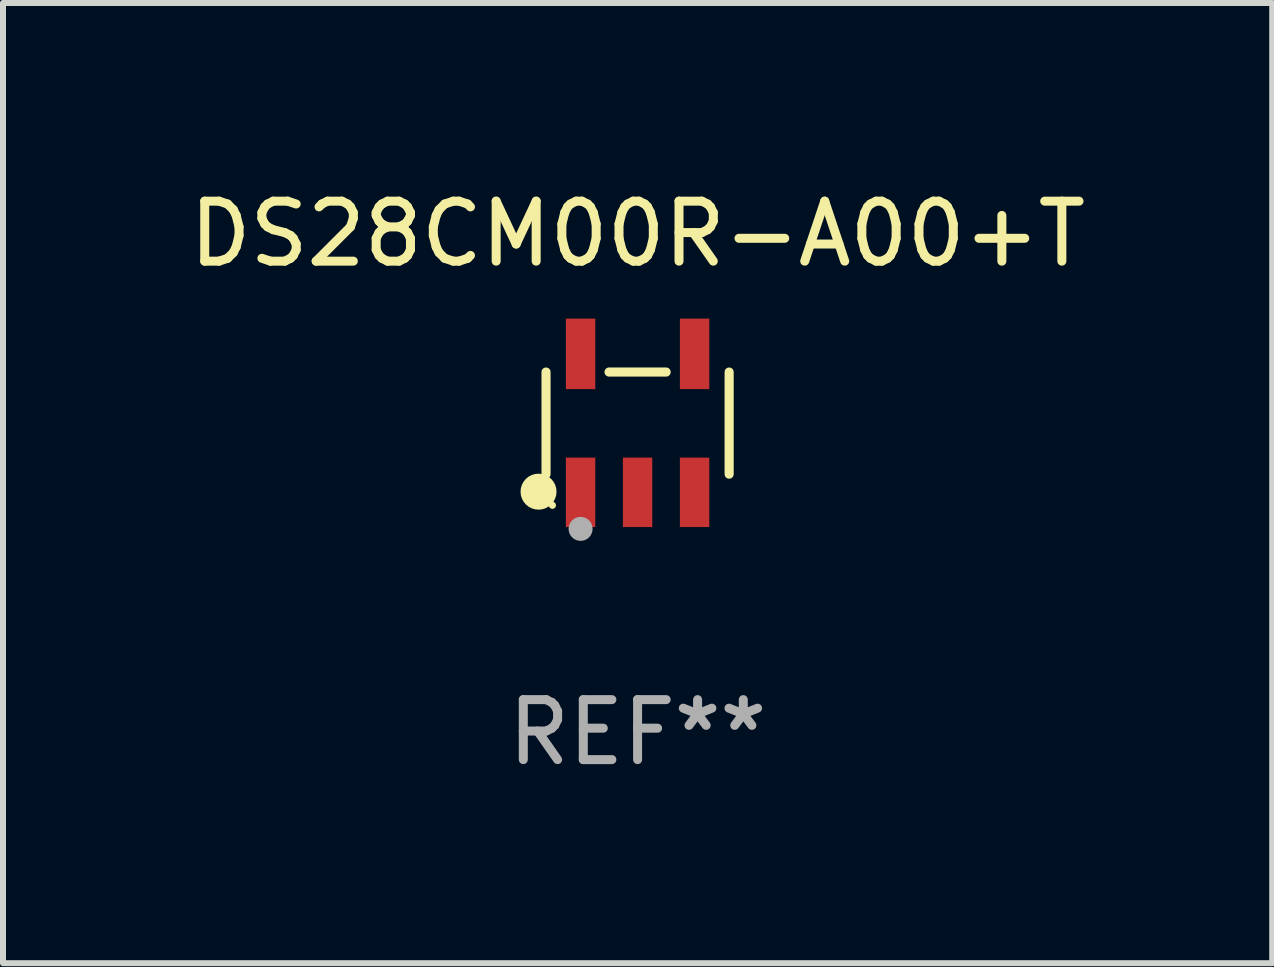
<source format=kicad_pcb>
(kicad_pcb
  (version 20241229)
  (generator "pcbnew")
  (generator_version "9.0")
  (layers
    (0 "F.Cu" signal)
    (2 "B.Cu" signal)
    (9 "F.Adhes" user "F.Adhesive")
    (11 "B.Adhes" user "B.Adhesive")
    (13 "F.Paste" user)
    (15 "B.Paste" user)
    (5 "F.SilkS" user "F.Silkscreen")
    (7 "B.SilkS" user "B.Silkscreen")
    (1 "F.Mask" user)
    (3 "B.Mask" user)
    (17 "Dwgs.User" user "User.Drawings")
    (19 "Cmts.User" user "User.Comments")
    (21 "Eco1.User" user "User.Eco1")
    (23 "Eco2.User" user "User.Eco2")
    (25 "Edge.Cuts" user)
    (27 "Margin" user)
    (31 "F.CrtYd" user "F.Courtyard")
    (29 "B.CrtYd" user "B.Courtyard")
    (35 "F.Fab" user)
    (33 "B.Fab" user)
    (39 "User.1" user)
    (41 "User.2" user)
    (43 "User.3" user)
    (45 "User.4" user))
  (footprint "DS28CM00R-A00+T"
    (layer "F.Cu")
    (at 7.577 4.002)
    (property "Reference" "DS28CM00R-A00+T" (at 0 -3.154 0) (layer "F.SilkS") (effects (font (size 1 1) (thickness 0.15))))
    (attr through_hole)
    (fp_line (start -1.526 0.851) (end -1.526 -0.851) (stroke (width 0.152) (type solid)) (layer "F.SilkS"))
    (fp_line (start 0.476 -0.851) (end -0.476 -0.851) (stroke (width 0.152) (type solid)) (layer "F.SilkS"))
    (fp_line (start 1.526 0.851) (end 1.526 -0.851) (stroke (width 0.152) (type solid)) (layer "F.SilkS"))
    (fp_circle (center -1.651 1.143) (end -1.501 1.143) (stroke (width 0.3) (type solid)) (fill no) (layer "F.SilkS"))
    (fp_circle (center -1.42 1.37) (end -1.39 1.37) (stroke (width 0.06) (type solid)) (fill no) (layer "F.SilkS"))
    (fp_circle (center -0.95 1.763) (end -0.85 1.763) (stroke (width 0.2) (type solid)) (fill no) (layer "F.Fab"))
    (fp_text user "REF**" (at 0 5.154 0) (layer "F.Fab") (effects (font (size 1 1) (thickness 0.15))))
    (pad "1" smd rect (at -0.95 1.154) (size 0.49 1.157) (layers "F.Cu" "F.Mask" "F.Paste"))
    (pad "2" smd rect (at 0 1.154) (size 0.49 1.157) (layers "F.Cu" "F.Mask" "F.Paste"))
    (pad "3" smd rect (at 0.95 1.154) (size 0.49 1.157) (layers "F.Cu" "F.Mask" "F.Paste"))
    (pad "4" smd rect (at 0.95 -1.154) (size 0.49 1.175) (layers "F.Cu" "F.Mask" "F.Paste"))
    (pad "5" smd rect (at -0.95 -1.154) (size 0.49 1.175) (layers "F.Cu" "F.Mask" "F.Paste")))
  (gr_rect
    (start -3 -3)
    (end 18.155 13.004)
    (stroke (width 0.1) (type default))
    (fill no)
    (layer "Edge.Cuts")))
</source>
